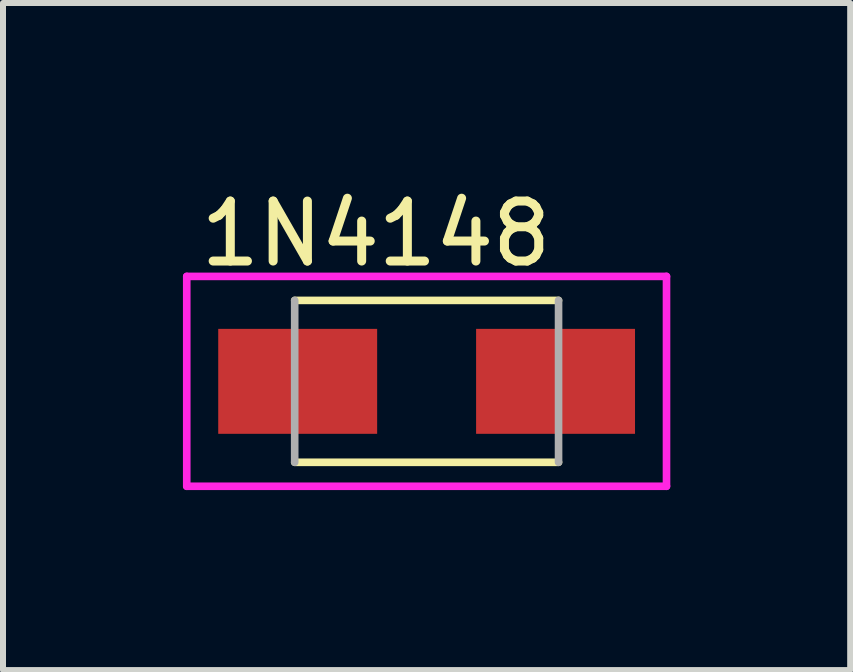
<source format=kicad_pcb>
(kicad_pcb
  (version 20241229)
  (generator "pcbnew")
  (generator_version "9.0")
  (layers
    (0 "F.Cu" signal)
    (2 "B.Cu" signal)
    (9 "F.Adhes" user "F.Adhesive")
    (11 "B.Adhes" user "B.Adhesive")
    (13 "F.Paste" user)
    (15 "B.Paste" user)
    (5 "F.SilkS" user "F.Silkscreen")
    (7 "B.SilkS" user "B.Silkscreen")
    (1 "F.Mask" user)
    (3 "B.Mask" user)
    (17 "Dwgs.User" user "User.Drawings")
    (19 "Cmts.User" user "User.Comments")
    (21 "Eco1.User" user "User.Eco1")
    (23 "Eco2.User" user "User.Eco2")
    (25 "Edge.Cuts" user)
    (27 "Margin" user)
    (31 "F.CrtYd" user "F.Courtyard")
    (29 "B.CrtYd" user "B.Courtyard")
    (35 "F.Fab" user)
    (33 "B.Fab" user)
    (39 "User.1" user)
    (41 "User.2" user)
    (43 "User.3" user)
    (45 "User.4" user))
  (footprint "1N4148"
    (layer "F.Cu")
    (at 4.064 3.309)
    (property "Reference" "1N4148" (at -0.845 -2.461 0) (layer "F.SilkS") (effects (font (size 1 1) (thickness 0.15))))
    (attr through_hole)
    (fp_line (start -2.2 -1.35) (end 2.2 -1.35) (stroke (width 0.127) (type solid)) (layer "F.SilkS"))
    (fp_line (start 2.2 1.35) (end -2.2 1.35) (stroke (width 0.127) (type solid)) (layer "F.SilkS"))
    (fp_line (start -4 -1.75) (end 4 -1.75) (stroke (width 0.127) (type solid)) (layer "F.CrtYd"))
    (fp_line (start -4 1.75) (end -4 -1.75) (stroke (width 0.127) (type solid)) (layer "F.CrtYd"))
    (fp_line (start 4 -1.75) (end 4 1.75) (stroke (width 0.127) (type solid)) (layer "F.CrtYd"))
    (fp_line (start 4 1.75) (end -4 1.75) (stroke (width 0.127) (type solid)) (layer "F.CrtYd"))
    (fp_line (start -2.2 -1.35) (end -2.2 1.35) (stroke (width 0.127) (type solid)) (layer "F.Fab"))
    (fp_line (start 2.2 -1.35) (end 2.2 1.35) (stroke (width 0.127) (type solid)) (layer "F.Fab"))
    (pad "A" smd rect (at 2.15 0) (size 2.65 1.75) (layers "F.Cu" "F.Mask" "F.Paste"))
    (pad "C" smd rect (at -2.15 0) (size 2.65 1.75) (layers "F.Cu" "F.Mask" "F.Paste")))
  (gr_rect
    (start -3 -3)
    (end 11.127 8.123)
    (stroke (width 0.1) (type default))
    (fill no)
    (layer "Edge.Cuts")))
</source>
